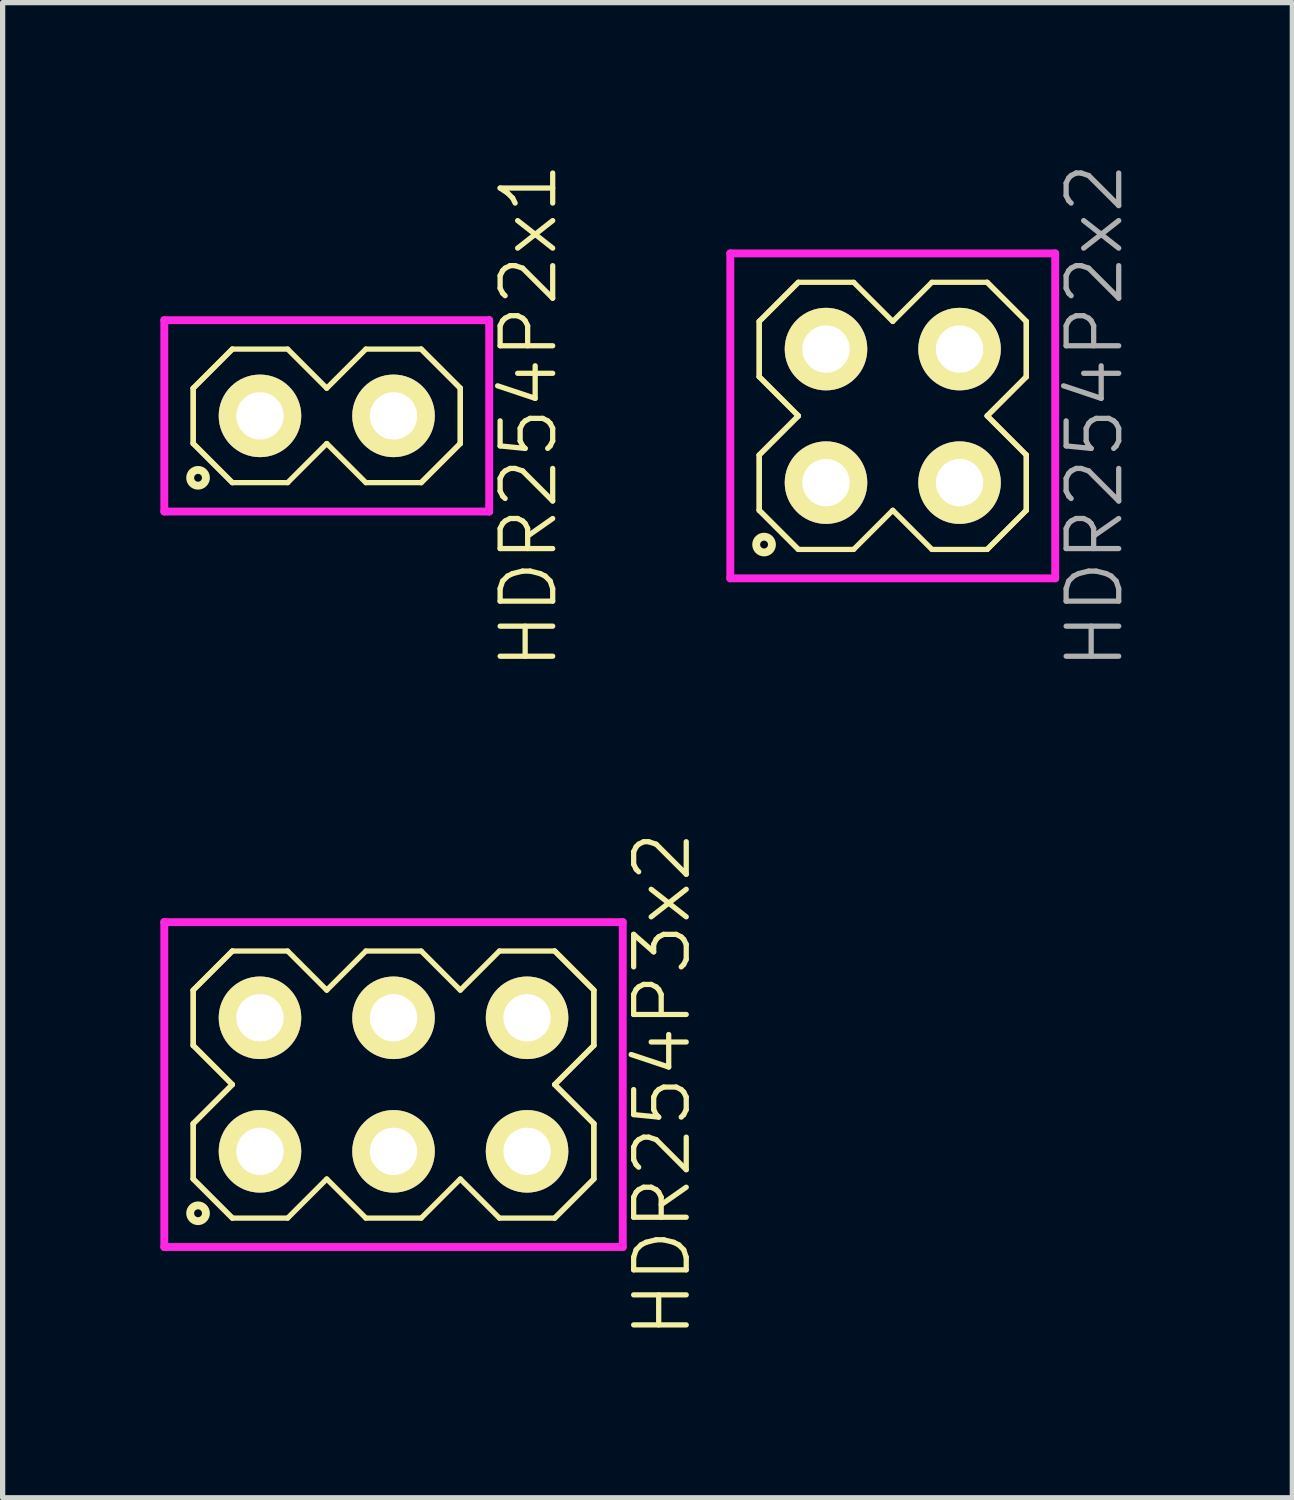
<source format=kicad_pcb>
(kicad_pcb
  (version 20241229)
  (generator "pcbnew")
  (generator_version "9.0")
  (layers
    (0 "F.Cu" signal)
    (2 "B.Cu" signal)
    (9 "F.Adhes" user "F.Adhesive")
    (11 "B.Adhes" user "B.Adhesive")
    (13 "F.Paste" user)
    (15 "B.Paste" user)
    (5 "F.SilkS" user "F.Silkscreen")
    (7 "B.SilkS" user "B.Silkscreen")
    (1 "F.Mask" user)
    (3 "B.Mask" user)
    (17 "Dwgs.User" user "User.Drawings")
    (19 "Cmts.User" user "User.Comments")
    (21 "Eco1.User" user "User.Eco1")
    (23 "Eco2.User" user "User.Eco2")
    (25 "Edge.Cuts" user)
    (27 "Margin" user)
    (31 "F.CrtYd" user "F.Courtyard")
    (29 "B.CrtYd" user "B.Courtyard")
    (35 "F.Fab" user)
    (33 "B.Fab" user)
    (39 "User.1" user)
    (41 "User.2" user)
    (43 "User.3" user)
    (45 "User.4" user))
  (footprint "HDR254P2x1"
    (layer "F.Cu")
    (at 3.165 4.86)
    (property "Reference" "HDR254P2x1" (at 3.84 0 90) (layer "F.SilkS") (effects (font (size 1 1) (thickness 0.1))))
    (attr through_hole)
    (fp_line (start -2.54 -0.526) (end -1.796 -1.27) (stroke (width 0.1) (type solid)) (layer "F.SilkS"))
    (fp_line (start -2.54 -0.526) (end -1.796 -1.27) (stroke (width 0.1) (type solid)) (layer "F.SilkS"))
    (fp_line (start -2.54 0.526) (end -2.54 -0.526) (stroke (width 0.1) (type solid)) (layer "F.SilkS"))
    (fp_line (start -2.54 0.526) (end -2.54 -0.526) (stroke (width 0.1) (type solid)) (layer "F.SilkS"))
    (fp_line (start -1.796 -1.27) (end -0.744 -1.27) (stroke (width 0.1) (type solid)) (layer "F.SilkS"))
    (fp_line (start -1.796 1.27) (end -2.54 0.526) (stroke (width 0.1) (type solid)) (layer "F.SilkS"))
    (fp_line (start -1.796 1.27) (end -2.54 0.526) (stroke (width 0.1) (type solid)) (layer "F.SilkS"))
    (fp_line (start -0.744 -1.27) (end 0 -0.526) (stroke (width 0.1) (type solid)) (layer "F.SilkS"))
    (fp_line (start -0.744 1.27) (end -1.796 1.27) (stroke (width 0.1) (type solid)) (layer "F.SilkS"))
    (fp_line (start 0 -0.526) (end 0.744 -1.27) (stroke (width 0.1) (type solid)) (layer "F.SilkS"))
    (fp_line (start 0 0.526) (end -0.744 1.27) (stroke (width 0.1) (type solid)) (layer "F.SilkS"))
    (fp_line (start 0.744 -1.27) (end 1.796 -1.27) (stroke (width 0.1) (type solid)) (layer "F.SilkS"))
    (fp_line (start 0.744 1.27) (end 0 0.526) (stroke (width 0.1) (type solid)) (layer "F.SilkS"))
    (fp_line (start 1.796 -1.27) (end 2.54 -0.526) (stroke (width 0.1) (type solid)) (layer "F.SilkS"))
    (fp_line (start 1.796 -1.27) (end 2.54 -0.526) (stroke (width 0.1) (type solid)) (layer "F.SilkS"))
    (fp_line (start 1.796 1.27) (end 0.744 1.27) (stroke (width 0.1) (type solid)) (layer "F.SilkS"))
    (fp_line (start 2.54 -0.526) (end 2.54 0.526) (stroke (width 0.1) (type solid)) (layer "F.SilkS"))
    (fp_line (start 2.54 -0.526) (end 2.54 0.526) (stroke (width 0.1) (type solid)) (layer "F.SilkS"))
    (fp_line (start 2.54 0.526) (end 1.796 1.27) (stroke (width 0.1) (type solid)) (layer "F.SilkS"))
    (fp_line (start 2.54 0.526) (end 1.796 1.27) (stroke (width 0.1) (type solid)) (layer "F.SilkS"))
    (fp_circle (center -2.448 1.178) (end -2.298 1.178) (stroke (width 0.15) (type solid)) (fill no) (layer "F.SilkS"))
    (fp_line (start -3.09 -1.82) (end -3.09 1.82) (stroke (width 0.15) (type solid)) (layer "F.CrtYd"))
    (fp_line (start -3.09 1.82) (end 3.09 1.82) (stroke (width 0.15) (type solid)) (layer "F.CrtYd"))
    (fp_line (start 3.09 -1.82) (end -3.09 -1.82) (stroke (width 0.15) (type solid)) (layer "F.CrtYd"))
    (fp_line (start 3.09 1.82) (end 3.09 -1.82) (stroke (width 0.15) (type solid)) (layer "F.CrtYd"))
    (pad "1" thru_hole oval (at -1.27 0) (size 1.57 1.57) (drill 0.9) (layers "*.Cu" "*.Mask" "F.SilkS"))
    (pad "2" thru_hole oval (at 1.27 0) (size 1.57 1.57) (drill 0.9) (layers "*.Cu" "*.Mask" "F.SilkS")))
  (footprint "HDR254P2x2"
    (layer "F.Cu")
    (at 13.931 4.86)
    (property "Reference" "HDR254P2x2" (at 3.84 0 90) (layer "F.Fab") (effects (font (size 1 1) (thickness 0.1))))
    (attr through_hole)
    (fp_line (start -2.54 -1.796) (end -1.796 -2.54) (stroke (width 0.1) (type solid)) (layer "F.SilkS"))
    (fp_line (start -2.54 -1.796) (end -1.796 -2.54) (stroke (width 0.1) (type solid)) (layer "F.SilkS"))
    (fp_line (start -2.54 -0.744) (end -2.54 -1.796) (stroke (width 0.1) (type solid)) (layer "F.SilkS"))
    (fp_line (start -2.54 -0.744) (end -2.54 -1.796) (stroke (width 0.1) (type solid)) (layer "F.SilkS"))
    (fp_line (start -2.54 0.744) (end -1.796 0) (stroke (width 0.1) (type solid)) (layer "F.SilkS"))
    (fp_line (start -2.54 0.744) (end -1.796 0) (stroke (width 0.1) (type solid)) (layer "F.SilkS"))
    (fp_line (start -2.54 1.796) (end -2.54 0.744) (stroke (width 0.1) (type solid)) (layer "F.SilkS"))
    (fp_line (start -2.54 1.796) (end -2.54 0.744) (stroke (width 0.1) (type solid)) (layer "F.SilkS"))
    (fp_line (start -1.796 -2.54) (end -0.744 -2.54) (stroke (width 0.1) (type solid)) (layer "F.SilkS"))
    (fp_line (start -1.796 0) (end -2.54 -0.744) (stroke (width 0.1) (type solid)) (layer "F.SilkS"))
    (fp_line (start -1.796 0) (end -2.54 -0.744) (stroke (width 0.1) (type solid)) (layer "F.SilkS"))
    (fp_line (start -1.796 2.54) (end -2.54 1.796) (stroke (width 0.1) (type solid)) (layer "F.SilkS"))
    (fp_line (start -1.796 2.54) (end -2.54 1.796) (stroke (width 0.1) (type solid)) (layer "F.SilkS"))
    (fp_line (start -0.744 -2.54) (end 0 -1.796) (stroke (width 0.1) (type solid)) (layer "F.SilkS"))
    (fp_line (start -0.744 2.54) (end -1.796 2.54) (stroke (width 0.1) (type solid)) (layer "F.SilkS"))
    (fp_line (start 0 -1.796) (end 0.744 -2.54) (stroke (width 0.1) (type solid)) (layer "F.SilkS"))
    (fp_line (start 0 1.796) (end -0.744 2.54) (stroke (width 0.1) (type solid)) (layer "F.SilkS"))
    (fp_line (start 0.744 -2.54) (end 1.796 -2.54) (stroke (width 0.1) (type solid)) (layer "F.SilkS"))
    (fp_line (start 0.744 2.54) (end 0 1.796) (stroke (width 0.1) (type solid)) (layer "F.SilkS"))
    (fp_line (start 1.796 -2.54) (end 2.54 -1.796) (stroke (width 0.1) (type solid)) (layer "F.SilkS"))
    (fp_line (start 1.796 -2.54) (end 2.54 -1.796) (stroke (width 0.1) (type solid)) (layer "F.SilkS"))
    (fp_line (start 1.796 0) (end 2.54 0.744) (stroke (width 0.1) (type solid)) (layer "F.SilkS"))
    (fp_line (start 1.796 0) (end 2.54 0.744) (stroke (width 0.1) (type solid)) (layer "F.SilkS"))
    (fp_line (start 1.796 2.54) (end 0.744 2.54) (stroke (width 0.1) (type solid)) (layer "F.SilkS"))
    (fp_line (start 2.54 -1.796) (end 2.54 -0.744) (stroke (width 0.1) (type solid)) (layer "F.SilkS"))
    (fp_line (start 2.54 -1.796) (end 2.54 -0.744) (stroke (width 0.1) (type solid)) (layer "F.SilkS"))
    (fp_line (start 2.54 -0.744) (end 1.796 0) (stroke (width 0.1) (type solid)) (layer "F.SilkS"))
    (fp_line (start 2.54 -0.744) (end 1.796 0) (stroke (width 0.1) (type solid)) (layer "F.SilkS"))
    (fp_line (start 2.54 0.744) (end 2.54 1.796) (stroke (width 0.1) (type solid)) (layer "F.SilkS"))
    (fp_line (start 2.54 0.744) (end 2.54 1.796) (stroke (width 0.1) (type solid)) (layer "F.SilkS"))
    (fp_line (start 2.54 1.796) (end 1.796 2.54) (stroke (width 0.1) (type solid)) (layer "F.SilkS"))
    (fp_line (start 2.54 1.796) (end 1.796 2.54) (stroke (width 0.1) (type solid)) (layer "F.SilkS"))
    (fp_circle (center -2.448 2.448) (end -2.298 2.448) (stroke (width 0.15) (type solid)) (fill no) (layer "F.SilkS"))
    (fp_line (start -3.09 -3.09) (end -3.09 3.09) (stroke (width 0.15) (type solid)) (layer "F.CrtYd"))
    (fp_line (start -3.09 3.09) (end 3.09 3.09) (stroke (width 0.15) (type solid)) (layer "F.CrtYd"))
    (fp_line (start 3.09 -3.09) (end -3.09 -3.09) (stroke (width 0.15) (type solid)) (layer "F.CrtYd"))
    (fp_line (start 3.09 3.09) (end 3.09 -3.09) (stroke (width 0.15) (type solid)) (layer "F.CrtYd"))
    (pad "1" thru_hole oval (at -1.27 1.27) (size 1.57 1.57) (drill 0.9) (layers "*.Cu" "*.Mask" "F.SilkS"))
    (pad "2" thru_hole oval (at -1.27 -1.27) (size 1.57 1.57) (drill 0.9) (layers "*.Cu" "*.Mask" "F.SilkS"))
    (pad "3" thru_hole oval (at 1.27 1.27) (size 1.57 1.57) (drill 0.9) (layers "*.Cu" "*.Mask" "F.SilkS"))
    (pad "4" thru_hole oval (at 1.27 -1.27) (size 1.57 1.57) (drill 0.9) (layers "*.Cu" "*.Mask" "F.SilkS")))
  (footprint "HDR254P3x2"
    (layer "F.Cu")
    (at 4.435 17.579)
    (property "Reference" "HDR254P3x2" (at 5.11 0 90) (layer "F.SilkS") (effects (font (size 1 1) (thickness 0.1))))
    (attr through_hole)
    (fp_line (start -3.81 -1.796) (end -3.066 -2.54) (stroke (width 0.1) (type solid)) (layer "F.SilkS"))
    (fp_line (start -3.81 -1.796) (end -3.066 -2.54) (stroke (width 0.1) (type solid)) (layer "F.SilkS"))
    (fp_line (start -3.81 -0.744) (end -3.81 -1.796) (stroke (width 0.1) (type solid)) (layer "F.SilkS"))
    (fp_line (start -3.81 -0.744) (end -3.81 -1.796) (stroke (width 0.1) (type solid)) (layer "F.SilkS"))
    (fp_line (start -3.81 0.744) (end -3.066 0) (stroke (width 0.1) (type solid)) (layer "F.SilkS"))
    (fp_line (start -3.81 0.744) (end -3.066 0) (stroke (width 0.1) (type solid)) (layer "F.SilkS"))
    (fp_line (start -3.81 1.796) (end -3.81 0.744) (stroke (width 0.1) (type solid)) (layer "F.SilkS"))
    (fp_line (start -3.81 1.796) (end -3.81 0.744) (stroke (width 0.1) (type solid)) (layer "F.SilkS"))
    (fp_line (start -3.066 -2.54) (end -2.014 -2.54) (stroke (width 0.1) (type solid)) (layer "F.SilkS"))
    (fp_line (start -3.066 0) (end -3.81 -0.744) (stroke (width 0.1) (type solid)) (layer "F.SilkS"))
    (fp_line (start -3.066 0) (end -3.81 -0.744) (stroke (width 0.1) (type solid)) (layer "F.SilkS"))
    (fp_line (start -3.066 2.54) (end -3.81 1.796) (stroke (width 0.1) (type solid)) (layer "F.SilkS"))
    (fp_line (start -3.066 2.54) (end -3.81 1.796) (stroke (width 0.1) (type solid)) (layer "F.SilkS"))
    (fp_line (start -2.014 -2.54) (end -1.27 -1.796) (stroke (width 0.1) (type solid)) (layer "F.SilkS"))
    (fp_line (start -2.014 2.54) (end -3.066 2.54) (stroke (width 0.1) (type solid)) (layer "F.SilkS"))
    (fp_line (start -1.27 -1.796) (end -0.526 -2.54) (stroke (width 0.1) (type solid)) (layer "F.SilkS"))
    (fp_line (start -1.27 1.796) (end -2.014 2.54) (stroke (width 0.1) (type solid)) (layer "F.SilkS"))
    (fp_line (start -0.526 -2.54) (end 0.526 -2.54) (stroke (width 0.1) (type solid)) (layer "F.SilkS"))
    (fp_line (start -0.526 2.54) (end -1.27 1.796) (stroke (width 0.1) (type solid)) (layer "F.SilkS"))
    (fp_line (start 0.526 -2.54) (end 1.27 -1.796) (stroke (width 0.1) (type solid)) (layer "F.SilkS"))
    (fp_line (start 0.526 2.54) (end -0.526 2.54) (stroke (width 0.1) (type solid)) (layer "F.SilkS"))
    (fp_line (start 1.27 -1.796) (end 2.014 -2.54) (stroke (width 0.1) (type solid)) (layer "F.SilkS"))
    (fp_line (start 1.27 1.796) (end 0.526 2.54) (stroke (width 0.1) (type solid)) (layer "F.SilkS"))
    (fp_line (start 2.014 -2.54) (end 3.066 -2.54) (stroke (width 0.1) (type solid)) (layer "F.SilkS"))
    (fp_line (start 2.014 2.54) (end 1.27 1.796) (stroke (width 0.1) (type solid)) (layer "F.SilkS"))
    (fp_line (start 3.066 -2.54) (end 3.81 -1.796) (stroke (width 0.1) (type solid)) (layer "F.SilkS"))
    (fp_line (start 3.066 -2.54) (end 3.81 -1.796) (stroke (width 0.1) (type solid)) (layer "F.SilkS"))
    (fp_line (start 3.066 0) (end 3.81 0.744) (stroke (width 0.1) (type solid)) (layer "F.SilkS"))
    (fp_line (start 3.066 0) (end 3.81 0.744) (stroke (width 0.1) (type solid)) (layer "F.SilkS"))
    (fp_line (start 3.066 2.54) (end 2.014 2.54) (stroke (width 0.1) (type solid)) (layer "F.SilkS"))
    (fp_line (start 3.81 -1.796) (end 3.81 -0.744) (stroke (width 0.1) (type solid)) (layer "F.SilkS"))
    (fp_line (start 3.81 -1.796) (end 3.81 -0.744) (stroke (width 0.1) (type solid)) (layer "F.SilkS"))
    (fp_line (start 3.81 -0.744) (end 3.066 0) (stroke (width 0.1) (type solid)) (layer "F.SilkS"))
    (fp_line (start 3.81 -0.744) (end 3.066 0) (stroke (width 0.1) (type solid)) (layer "F.SilkS"))
    (fp_line (start 3.81 0.744) (end 3.81 1.796) (stroke (width 0.1) (type solid)) (layer "F.SilkS"))
    (fp_line (start 3.81 0.744) (end 3.81 1.796) (stroke (width 0.1) (type solid)) (layer "F.SilkS"))
    (fp_line (start 3.81 1.796) (end 3.066 2.54) (stroke (width 0.1) (type solid)) (layer "F.SilkS"))
    (fp_line (start 3.81 1.796) (end 3.066 2.54) (stroke (width 0.1) (type solid)) (layer "F.SilkS"))
    (fp_circle (center -3.718 2.448) (end -3.568 2.448) (stroke (width 0.15) (type solid)) (fill no) (layer "F.SilkS"))
    (fp_line (start -4.36 -3.09) (end -4.36 3.09) (stroke (width 0.15) (type solid)) (layer "F.CrtYd"))
    (fp_line (start -4.36 3.09) (end 4.36 3.09) (stroke (width 0.15) (type solid)) (layer "F.CrtYd"))
    (fp_line (start 4.36 -3.09) (end -4.36 -3.09) (stroke (width 0.15) (type solid)) (layer "F.CrtYd"))
    (fp_line (start 4.36 3.09) (end 4.36 -3.09) (stroke (width 0.15) (type solid)) (layer "F.CrtYd"))
    (pad "1" thru_hole oval (at -2.54 1.27) (size 1.57 1.57) (drill 0.9) (layers "*.Cu" "*.Mask" "F.SilkS"))
    (pad "2" thru_hole oval (at -2.54 -1.27) (size 1.57 1.57) (drill 0.9) (layers "*.Cu" "*.Mask" "F.SilkS"))
    (pad "3" thru_hole oval (at 0 1.27) (size 1.57 1.57) (drill 0.9) (layers "*.Cu" "*.Mask" "F.SilkS"))
    (pad "4" thru_hole oval (at 0 -1.27) (size 1.57 1.57) (drill 0.9) (layers "*.Cu" "*.Mask" "F.SilkS"))
    (pad "5" thru_hole oval (at 2.54 1.27) (size 1.57 1.57) (drill 0.9) (layers "*.Cu" "*.Mask" "F.SilkS"))
    (pad "6" thru_hole oval (at 2.54 -1.27) (size 1.57 1.57) (drill 0.9) (layers "*.Cu" "*.Mask" "F.SilkS")))
  (gr_rect
    (start -3 -3)
    (end 21.531 25.438)
    (stroke (width 0.1) (type default))
    (fill no)
    (layer "Edge.Cuts")))
</source>
